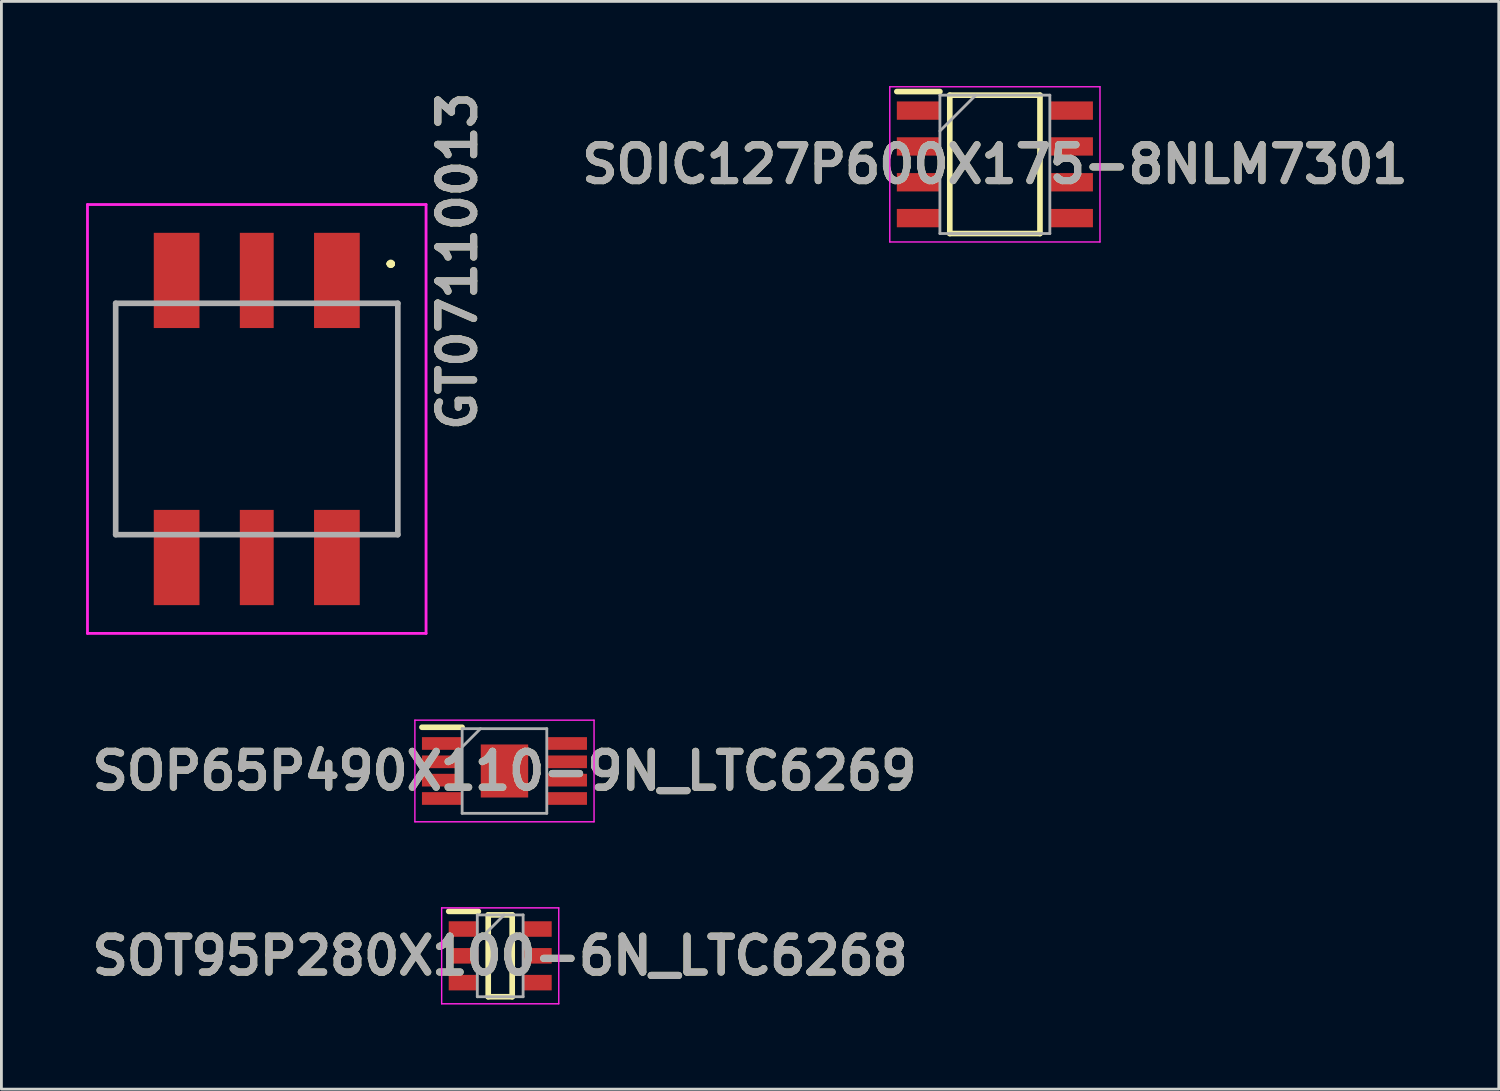
<source format=kicad_pcb>
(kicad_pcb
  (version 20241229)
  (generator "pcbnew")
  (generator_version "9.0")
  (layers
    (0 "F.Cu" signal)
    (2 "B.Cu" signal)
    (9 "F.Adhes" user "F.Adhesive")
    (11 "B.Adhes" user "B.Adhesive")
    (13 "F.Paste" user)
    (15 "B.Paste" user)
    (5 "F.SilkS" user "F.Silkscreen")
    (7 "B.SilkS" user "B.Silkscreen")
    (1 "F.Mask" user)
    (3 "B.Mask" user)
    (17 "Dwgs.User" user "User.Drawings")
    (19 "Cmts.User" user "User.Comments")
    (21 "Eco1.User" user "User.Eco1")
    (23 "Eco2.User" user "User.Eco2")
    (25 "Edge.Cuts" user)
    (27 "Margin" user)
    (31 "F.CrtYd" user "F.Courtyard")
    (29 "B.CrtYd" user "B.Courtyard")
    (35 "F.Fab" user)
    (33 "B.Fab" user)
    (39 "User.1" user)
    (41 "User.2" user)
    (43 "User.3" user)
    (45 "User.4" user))
  (footprint "GT07110013"
    (layer "F.Cu")
    (at 6.05 11.799)
    (property "Reference" "GT07110013" (at 7.112 -5.588 90) (layer "F.SilkS") (effects (font (size 1.27 1.27) (thickness 0.254))))
    (attr smd)
    (fp_line (start -5 -4.1) (end 5 -4.1) (stroke (width 0.1) (type solid)) (layer "F.SilkS"))
    (fp_line (start -5 4.1) (end -5 -4.1) (stroke (width 0.1) (type solid)) (layer "F.SilkS"))
    (fp_line (start 4.7 -5.5) (end 4.7 -5.5) (stroke (width 0.2) (type solid)) (layer "F.SilkS"))
    (fp_line (start 4.7 -5.5) (end 4.7 -5.5) (stroke (width 0.2) (type solid)) (layer "F.SilkS"))
    (fp_line (start 4.8 -5.5) (end 4.8 -5.5) (stroke (width 0.2) (type solid)) (layer "F.SilkS"))
    (fp_line (start 5 -4.1) (end 5 4.1) (stroke (width 0.1) (type solid)) (layer "F.SilkS"))
    (fp_line (start 5 4.1) (end -5 4.1) (stroke (width 0.1) (type solid)) (layer "F.SilkS"))
    (fp_arc (start 4.7 -5.5) (mid 4.75 -5.55) (end 4.8 -5.5) (stroke (width 0.2) (type solid)) (layer "F.SilkS"))
    (fp_arc (start 4.8 -5.5) (mid 4.75 -5.45) (end 4.7 -5.5) (stroke (width 0.2) (type solid)) (layer "F.SilkS"))
    (fp_arc (start 4.8 -5.5) (mid 4.75 -5.45) (end 4.7 -5.5) (stroke (width 0.2) (type solid)) (layer "F.SilkS"))
    (fp_line (start -6 -7.6) (end 6 -7.6) (stroke (width 0.1) (type solid)) (layer "F.CrtYd"))
    (fp_line (start -6 7.6) (end -6 -7.6) (stroke (width 0.1) (type solid)) (layer "F.CrtYd"))
    (fp_line (start 6 -7.6) (end 6 7.6) (stroke (width 0.1) (type solid)) (layer "F.CrtYd"))
    (fp_line (start 6 7.6) (end -6 7.6) (stroke (width 0.1) (type solid)) (layer "F.CrtYd"))
    (fp_line (start -5 -4.1) (end -5 4.1) (stroke (width 0.2) (type solid)) (layer "F.Fab"))
    (fp_line (start -5 4.1) (end 5 4.1) (stroke (width 0.2) (type solid)) (layer "F.Fab"))
    (fp_line (start 5 -4.1) (end -5 -4.1) (stroke (width 0.2) (type solid)) (layer "F.Fab"))
    (fp_line (start 5 4.1) (end 5 -4.1) (stroke (width 0.2) (type solid)) (layer "F.Fab"))
    (fp_text user "${REFERENCE}" (at 7.112 -5.588 90) (layer "F.Fab") (effects (font (size 1.27 1.27) (thickness 0.254))))
    (pad "1" smd rect (at 2.84 -4.91) (size 1.62 3.375) (layers "F.Cu" "F.Mask" "F.Paste"))
    (pad "2" smd rect (at 0 -4.91) (size 1.2 3.375) (layers "F.Cu" "F.Mask" "F.Paste"))
    (pad "3" smd rect (at -2.84 -4.91) (size 1.62 3.375) (layers "F.Cu" "F.Mask" "F.Paste"))
    (pad "4" smd rect (at -2.84 4.91) (size 1.62 3.375) (layers "F.Cu" "F.Mask" "F.Paste"))
    (pad "5" smd rect (at 0 4.91) (size 1.2 3.375) (layers "F.Cu" "F.Mask" "F.Paste"))
    (pad "6" smd rect (at 2.84 4.91) (size 1.62 3.375) (layers "F.Cu" "F.Mask" "F.Paste")))
  (footprint "SOP65P490X110-9N_LTC6269"
    (layer "F.Cu")
    (at 14.829 24.275)
    (property "Reference" "SOP65P490X110-9N_LTC6269" (at 0 0 0) (layer "F.SilkS") (effects (font (size 1.27 1.27) (thickness 0.254))))
    (attr smd)
    (fp_line (start -2.925 -1.55) (end -1.5 -1.55) (stroke (width 0.2) (type solid)) (layer "F.SilkS"))
    (fp_line (start -3.175 -1.801) (end 3.175 -1.801) (stroke (width 0.05) (type solid)) (layer "F.CrtYd"))
    (fp_line (start -3.175 1.801) (end -3.175 -1.801) (stroke (width 0.05) (type solid)) (layer "F.CrtYd"))
    (fp_line (start 3.175 -1.801) (end 3.175 1.801) (stroke (width 0.05) (type solid)) (layer "F.CrtYd"))
    (fp_line (start 3.175 1.801) (end -3.175 1.801) (stroke (width 0.05) (type solid)) (layer "F.CrtYd"))
    (fp_line (start -1.5 -1.5) (end 1.5 -1.5) (stroke (width 0.1) (type solid)) (layer "F.Fab"))
    (fp_line (start -1.5 -0.85) (end -0.85 -1.5) (stroke (width 0.1) (type solid)) (layer "F.Fab"))
    (fp_line (start -1.5 1.5) (end -1.5 -1.5) (stroke (width 0.1) (type solid)) (layer "F.Fab"))
    (fp_line (start 1.5 -1.5) (end 1.5 1.5) (stroke (width 0.1) (type solid)) (layer "F.Fab"))
    (fp_line (start 1.5 1.5) (end -1.5 1.5) (stroke (width 0.1) (type solid)) (layer "F.Fab"))
    (fp_text user "${REFERENCE}" (at 0 0 0) (layer "F.Fab") (effects (font (size 1.27 1.27) (thickness 0.254))))
    (pad "1" smd rect (at -2.212 -0.975 90) (size 0.45 1.425) (layers "F.Cu" "F.Mask" "F.Paste"))
    (pad "2" smd rect (at -2.212 -0.325 90) (size 0.45 1.425) (layers "F.Cu" "F.Mask" "F.Paste"))
    (pad "3" smd rect (at -2.212 0.325 90) (size 0.45 1.425) (layers "F.Cu" "F.Mask" "F.Paste"))
    (pad "4" smd rect (at -2.212 0.975 90) (size 0.45 1.425) (layers "F.Cu" "F.Mask" "F.Paste"))
    (pad "5" smd rect (at 2.212 0.975 90) (size 0.45 1.425) (layers "F.Cu" "F.Mask" "F.Paste"))
    (pad "6" smd rect (at 2.212 0.325 90) (size 0.45 1.425) (layers "F.Cu" "F.Mask" "F.Paste"))
    (pad "7" smd rect (at 2.212 -0.325 90) (size 0.45 1.425) (layers "F.Cu" "F.Mask" "F.Paste"))
    (pad "8" smd rect (at 2.212 -0.975 90) (size 0.45 1.425) (layers "F.Cu" "F.Mask" "F.Paste"))
    (pad "9" smd rect (at 0 0) (size 1.68 1.88) (layers "F.Cu" "F.Mask" "F.Paste")))
  (footprint "SOT95P280X100-6N_LTC6268"
    (layer "F.Cu")
    (at 14.678 30.826)
    (property "Reference" "SOT95P280X100-6N_LTC6268" (at 0 0 0) (layer "F.SilkS") (effects (font (size 1.27 1.27) (thickness 0.254))))
    (attr smd)
    (fp_line (start -1.825 -1.575) (end -0.775 -1.575) (stroke (width 0.2) (type solid)) (layer "F.SilkS"))
    (fp_line (start -0.425 -1.45) (end 0.425 -1.45) (stroke (width 0.2) (type solid)) (layer "F.SilkS"))
    (fp_line (start -0.425 1.45) (end -0.425 -1.45) (stroke (width 0.2) (type solid)) (layer "F.SilkS"))
    (fp_line (start 0.425 -1.45) (end 0.425 1.45) (stroke (width 0.2) (type solid)) (layer "F.SilkS"))
    (fp_line (start 0.425 1.45) (end -0.425 1.45) (stroke (width 0.2) (type solid)) (layer "F.SilkS"))
    (fp_line (start -2.075 -1.7) (end 2.075 -1.7) (stroke (width 0.05) (type solid)) (layer "F.CrtYd"))
    (fp_line (start -2.075 1.7) (end -2.075 -1.7) (stroke (width 0.05) (type solid)) (layer "F.CrtYd"))
    (fp_line (start 2.075 -1.7) (end 2.075 1.7) (stroke (width 0.05) (type solid)) (layer "F.CrtYd"))
    (fp_line (start 2.075 1.7) (end -2.075 1.7) (stroke (width 0.05) (type solid)) (layer "F.CrtYd"))
    (fp_line (start -0.812 -1.45) (end 0.812 -1.45) (stroke (width 0.1) (type solid)) (layer "F.Fab"))
    (fp_line (start -0.812 -0.5) (end 0.138 -1.45) (stroke (width 0.1) (type solid)) (layer "F.Fab"))
    (fp_line (start -0.812 1.45) (end -0.812 -1.45) (stroke (width 0.1) (type solid)) (layer "F.Fab"))
    (fp_line (start 0.812 -1.45) (end 0.812 1.45) (stroke (width 0.1) (type solid)) (layer "F.Fab"))
    (fp_line (start 0.812 1.45) (end -0.812 1.45) (stroke (width 0.1) (type solid)) (layer "F.Fab"))
    (fp_text user "${REFERENCE}" (at 0 0 0) (layer "F.Fab") (effects (font (size 1.27 1.27) (thickness 0.254))))
    (pad "1" smd rect (at -1.3 -0.95 90) (size 0.55 1.05) (layers "F.Cu" "F.Mask" "F.Paste"))
    (pad "2" smd rect (at -1.3 0 90) (size 0.55 1.05) (layers "F.Cu" "F.Mask" "F.Paste"))
    (pad "3" smd rect (at -1.3 0.95 90) (size 0.55 1.05) (layers "F.Cu" "F.Mask" "F.Paste"))
    (pad "4" smd rect (at 1.3 0.95 90) (size 0.55 1.05) (layers "F.Cu" "F.Mask" "F.Paste"))
    (pad "5" smd rect (at 1.3 0 90) (size 0.55 1.05) (layers "F.Cu" "F.Mask" "F.Paste"))
    (pad "6" smd rect (at 1.3 -0.95 90) (size 0.55 1.05) (layers "F.Cu" "F.Mask" "F.Paste")))
  (footprint "SOIC127P600X175-8NLM7301"
    (layer "F.Cu")
    (at 32.21 2.775)
    (property "Reference" "SOIC127P600X175-8NLM7301" (at 0 0 0) (layer "F.SilkS") (effects (font (size 1.27 1.27) (thickness 0.254))))
    (attr smd)
    (fp_line (start -3.475 -2.58) (end -1.948 -2.58) (stroke (width 0.2) (type solid)) (layer "F.SilkS"))
    (fp_line (start -1.598 -2.452) (end 1.598 -2.452) (stroke (width 0.2) (type solid)) (layer "F.SilkS"))
    (fp_line (start -1.598 2.452) (end -1.598 -2.452) (stroke (width 0.2) (type solid)) (layer "F.SilkS"))
    (fp_line (start 1.598 -2.452) (end 1.598 2.452) (stroke (width 0.2) (type solid)) (layer "F.SilkS"))
    (fp_line (start 1.598 2.452) (end -1.598 2.452) (stroke (width 0.2) (type solid)) (layer "F.SilkS"))
    (fp_line (start -3.725 -2.75) (end 3.725 -2.75) (stroke (width 0.05) (type solid)) (layer "F.CrtYd"))
    (fp_line (start -3.725 2.75) (end -3.725 -2.75) (stroke (width 0.05) (type solid)) (layer "F.CrtYd"))
    (fp_line (start 3.725 -2.75) (end 3.725 2.75) (stroke (width 0.05) (type solid)) (layer "F.CrtYd"))
    (fp_line (start 3.725 2.75) (end -3.725 2.75) (stroke (width 0.05) (type solid)) (layer "F.CrtYd"))
    (fp_line (start -1.948 -2.452) (end 1.948 -2.452) (stroke (width 0.1) (type solid)) (layer "F.Fab"))
    (fp_line (start -1.948 -1.182) (end -0.678 -2.452) (stroke (width 0.1) (type solid)) (layer "F.Fab"))
    (fp_line (start -1.948 2.452) (end -1.948 -2.452) (stroke (width 0.1) (type solid)) (layer "F.Fab"))
    (fp_line (start 1.948 -2.452) (end 1.948 2.452) (stroke (width 0.1) (type solid)) (layer "F.Fab"))
    (fp_line (start 1.948 2.452) (end -1.948 2.452) (stroke (width 0.1) (type solid)) (layer "F.Fab"))
    (fp_text user "${REFERENCE}" (at 0 0 0) (layer "F.Fab") (effects (font (size 1.27 1.27) (thickness 0.254))))
    (pad "1" smd rect (at -2.711 -1.905 90) (size 0.65 1.528) (layers "F.Cu" "F.Mask" "F.Paste"))
    (pad "2" smd rect (at -2.711 -0.635 90) (size 0.65 1.528) (layers "F.Cu" "F.Mask" "F.Paste"))
    (pad "3" smd rect (at -2.711 0.635 90) (size 0.65 1.528) (layers "F.Cu" "F.Mask" "F.Paste"))
    (pad "4" smd rect (at -2.711 1.905 90) (size 0.65 1.528) (layers "F.Cu" "F.Mask" "F.Paste"))
    (pad "5" smd rect (at 2.711 1.905 90) (size 0.65 1.528) (layers "F.Cu" "F.Mask" "F.Paste"))
    (pad "6" smd rect (at 2.711 0.635 90) (size 0.65 1.528) (layers "F.Cu" "F.Mask" "F.Paste"))
    (pad "7" smd rect (at 2.711 -0.635 90) (size 0.65 1.528) (layers "F.Cu" "F.Mask" "F.Paste"))
    (pad "8" smd rect (at 2.711 -1.905 90) (size 0.65 1.528) (layers "F.Cu" "F.Mask" "F.Paste")))
  (gr_rect
    (start -3 -3)
    (end 50.069 35.551)
    (stroke (width 0.1) (type default))
    (fill no)
    (layer "Edge.Cuts")))
</source>
